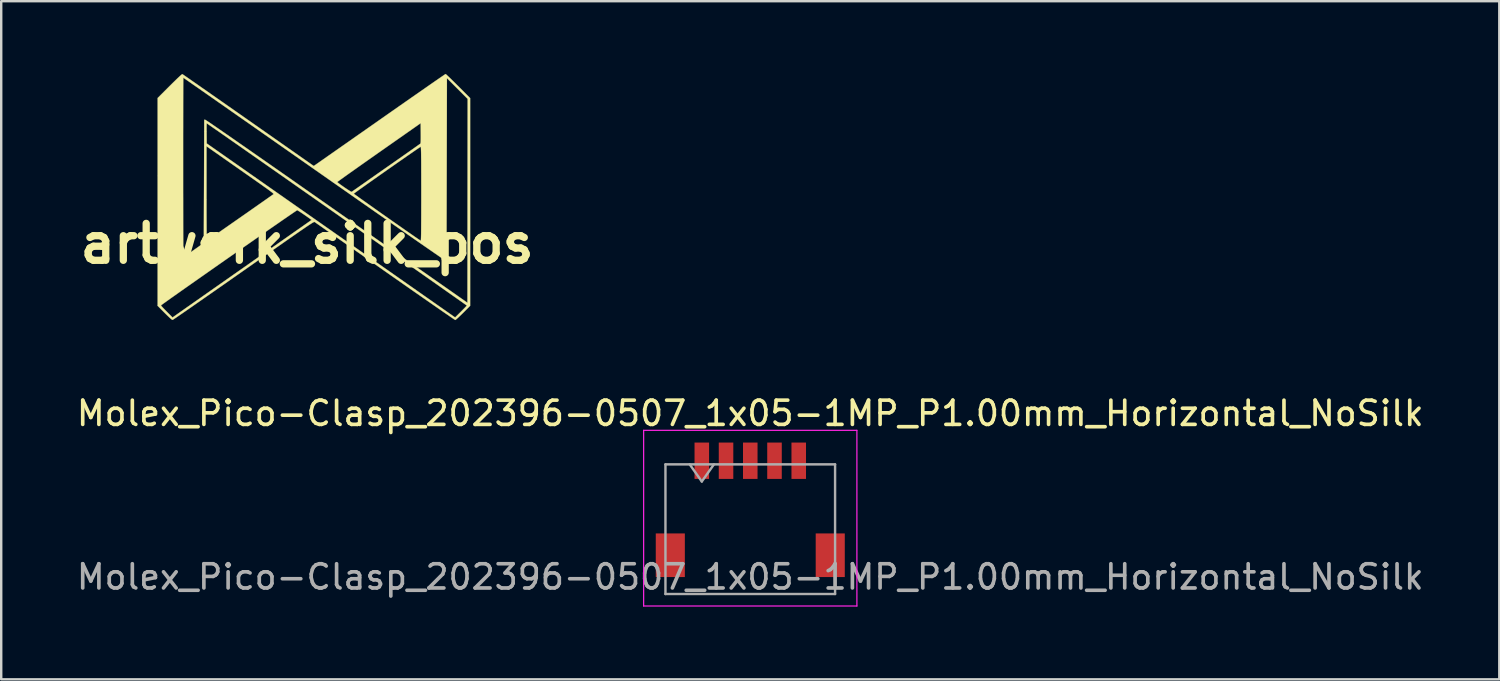
<source format=kicad_pcb>
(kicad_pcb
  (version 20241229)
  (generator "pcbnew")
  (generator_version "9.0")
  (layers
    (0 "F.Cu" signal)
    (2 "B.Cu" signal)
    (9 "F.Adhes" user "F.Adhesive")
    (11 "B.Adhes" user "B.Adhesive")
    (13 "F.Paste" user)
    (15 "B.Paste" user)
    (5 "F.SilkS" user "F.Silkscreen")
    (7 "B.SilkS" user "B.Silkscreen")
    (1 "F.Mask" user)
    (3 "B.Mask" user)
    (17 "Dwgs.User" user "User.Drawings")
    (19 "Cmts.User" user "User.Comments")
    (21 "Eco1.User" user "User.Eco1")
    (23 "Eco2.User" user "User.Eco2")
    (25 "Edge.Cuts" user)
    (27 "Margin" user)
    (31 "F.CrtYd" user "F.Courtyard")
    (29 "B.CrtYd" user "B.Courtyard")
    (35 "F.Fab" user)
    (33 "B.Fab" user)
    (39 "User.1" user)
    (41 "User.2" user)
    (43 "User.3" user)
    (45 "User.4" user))
  (footprint "artwork_silk_pos"
    (layer "F.Cu")
    (at 9.623 7.003)
    (property "Reference" "artwork_silk_pos" (at 0 0 0) (layer "F.SilkS") (effects (font (size 1.524 1.524) (thickness 0.3))))
    (attr through_hole)
    (fp_poly (pts (xy 5.732 -6.987) (xy 5.769 -6.953) (xy 5.825 -6.901) (xy 5.897 -6.832) (xy 5.982 -6.749) (xy 6.078 -6.655) (xy 6.182 -6.551) (xy 6.232 -6.502) (xy 6.727 -6.006) (xy 6.727 2.567) (xy 6.435 2.86) (xy 6.352 2.941) (xy 6.277 3.013) (xy 6.211 3.074) (xy 6.16 3.119) (xy 6.126 3.146) (xy 6.115 3.152) (xy 6.098 3.142) (xy 6.055 3.114) (xy 5.988 3.068) (xy 5.896 3.006) (xy 5.782 2.927) (xy 5.646 2.834) (xy 5.491 2.727) (xy 5.317 2.606) (xy 5.126 2.473) (xy 4.918 2.329) (xy 4.697 2.175) (xy 4.461 2.011) (xy 4.214 1.839) (xy 3.956 1.658) (xy 3.689 1.472) (xy 3.413 1.279) (xy 3.217 1.142) (xy 2.937 0.945) (xy 2.663 0.753) (xy 2.398 0.568) (xy 2.143 0.389) (xy 1.898 0.218) (xy 1.667 0.056) (xy 1.448 -0.097) (xy 1.245 -0.239) (xy 1.059 -0.37) (xy 0.89 -0.488) (xy 0.739 -0.593) (xy 0.61 -0.684) (xy 0.501 -0.76) (xy 0.416 -0.819) (xy 0.355 -0.862) (xy 0.319 -0.887) (xy 0.311 -0.893) (xy 0.305 -0.895) (xy 0.298 -0.895) (xy 0.287 -0.892) (xy 0.271 -0.886) (xy 0.25 -0.875) (xy 0.222 -0.859) (xy 0.186 -0.837) (xy 0.141 -0.808) (xy 0.085 -0.772) (xy 0.019 -0.728) (xy -0.06 -0.675) (xy -0.152 -0.611) (xy -0.26 -0.538) (xy -0.382 -0.453) (xy -0.522 -0.356) (xy -0.68 -0.246) (xy -0.857 -0.123) (xy -1.054 0.015) (xy -1.272 0.167) (xy -1.513 0.336) (xy -1.778 0.521) (xy -2.067 0.724) (xy -2.382 0.945) (xy -2.62 1.112) (xy -2.902 1.309) (xy -3.176 1.501) (xy -3.442 1.688) (xy -3.699 1.867) (xy -3.944 2.038) (xy -4.177 2.2) (xy -4.396 2.353) (xy -4.6 2.495) (xy -4.788 2.626) (xy -4.958 2.744) (xy -5.11 2.849) (xy -5.241 2.939) (xy -5.351 3.015) (xy -5.438 3.074) (xy -5.5 3.116) (xy -5.538 3.141) (xy -5.548 3.147) (xy -5.566 3.143) (xy -5.595 3.125) (xy -5.636 3.091) (xy -5.694 3.038) (xy -5.77 2.965) (xy -5.866 2.87) (xy -5.876 2.86) (xy -6.168 2.567) (xy -6.168 2.55) (xy -6.031 2.55) (xy -6.02 2.567) (xy -5.989 2.603) (xy -5.94 2.656) (xy -5.878 2.72) (xy -5.806 2.793) (xy -5.792 2.807) (xy -5.552 3.048) (xy -5.474 2.992) (xy -5.453 2.977) (xy -5.405 2.943) (xy -5.332 2.892) (xy -5.236 2.824) (xy -5.117 2.741) (xy -4.977 2.642) (xy -4.818 2.531) (xy -4.64 2.406) (xy -4.445 2.27) (xy -4.235 2.122) (xy -4.011 1.965) (xy -3.774 1.799) (xy -3.526 1.625) (xy -3.267 1.444) (xy -3 1.256) (xy -2.725 1.064) (xy -2.609 0.983) (xy -2.333 0.789) (xy -2.065 0.601) (xy -1.805 0.419) (xy -1.555 0.244) (xy -1.317 0.077) (xy -1.091 -0.082) (xy -0.879 -0.23) (xy -0.683 -0.368) (xy -0.503 -0.494) (xy -0.341 -0.607) (xy -0.198 -0.707) (xy -0.076 -0.793) (xy 0.024 -0.863) (xy 0.101 -0.917) (xy 0.153 -0.954) (xy 0.18 -0.972) (xy 0.183 -0.975) (xy 0.172 -0.986) (xy 0.139 -1.012) (xy 0.086 -1.05) (xy 0.02 -1.097) (xy -0.054 -1.149) (xy -0.132 -1.203) (xy -0.209 -1.255) (xy -0.28 -1.302) (xy -0.34 -1.34) (xy -0.384 -1.367) (xy -0.407 -1.379) (xy -0.408 -1.38) (xy -0.425 -1.37) (xy -0.467 -1.342) (xy -0.534 -1.297) (xy -0.624 -1.236) (xy -0.735 -1.16) (xy -0.865 -1.07) (xy -1.014 -0.968) (xy -1.179 -0.853) (xy -1.36 -0.728) (xy -1.553 -0.594) (xy -1.758 -0.452) (xy -1.974 -0.302) (xy -2.197 -0.146) (xy -2.428 0.015) (xy -2.664 0.179) (xy -2.904 0.346) (xy -3.145 0.515) (xy -3.387 0.684) (xy -3.629 0.853) (xy -3.867 1.02) (xy -4.101 1.184) (xy -4.329 1.344) (xy -4.55 1.499) (xy -4.761 1.647) (xy -4.962 1.788) (xy -5.151 1.921) (xy -5.325 2.044) (xy -5.485 2.157) (xy -5.627 2.257) (xy -5.75 2.345) (xy -5.853 2.419) (xy -5.934 2.477) (xy -5.992 2.519) (xy -6.024 2.544) (xy -6.031 2.55) (xy -6.168 2.55) (xy -6.168 -3.143) (xy -5.117 -3.143) (xy -5.117 -2.792) (xy -5.117 -2.449) (xy -5.117 -2.117) (xy -5.116 -1.797) (xy -5.116 -1.491) (xy -5.115 -1.2) (xy -5.115 -0.926) (xy -5.114 -0.67) (xy -5.113 -0.434) (xy -5.112 -0.219) (xy -5.111 -0.027) (xy -5.11 0.141) (xy -5.109 0.282) (xy -5.108 0.396) (xy -5.107 0.481) (xy -5.106 0.536) (xy -5.105 0.558) (xy -5.105 0.559) (xy -5.088 0.549) (xy -5.047 0.523) (xy -4.986 0.481) (xy -4.908 0.427) (xy -4.816 0.364) (xy -4.713 0.292) (xy -4.677 0.266) (xy -4.262 -0.025) (xy -4.255 -2.068) (xy -4.151 -2.068) (xy -4.151 -1.814) (xy -4.151 -1.57) (xy -4.151 -1.337) (xy -4.15 -1.119) (xy -4.149 -0.916) (xy -4.148 -0.731) (xy -4.147 -0.567) (xy -4.146 -0.425) (xy -4.145 -0.307) (xy -4.144 -0.216) (xy -4.143 -0.154) (xy -4.141 -0.122) (xy -4.141 -0.119) (xy -4.125 -0.128) (xy -4.085 -0.156) (xy -4.02 -0.2) (xy -3.933 -0.26) (xy -3.826 -0.334) (xy -3.7 -0.421) (xy -3.559 -0.519) (xy -3.403 -0.628) (xy -3.234 -0.746) (xy -3.055 -0.871) (xy -2.867 -1.002) (xy -2.781 -1.062) (xy -2.589 -1.196) (xy -2.404 -1.325) (xy -2.229 -1.448) (xy -2.065 -1.563) (xy -1.915 -1.668) (xy -1.779 -1.763) (xy -1.661 -1.846) (xy -1.562 -1.916) (xy -1.484 -1.97) (xy -1.429 -2.009) (xy -1.399 -2.03) (xy -1.395 -2.034) (xy -1.389 -2.039) (xy -1.386 -2.045) (xy -1.388 -2.054) (xy -1.397 -2.066) (xy -1.413 -2.082) (xy -1.439 -2.105) (xy -1.477 -2.135) (xy -1.527 -2.173) (xy -1.592 -2.221) (xy -1.673 -2.28) (xy -1.773 -2.35) (xy -1.891 -2.435) (xy -2.031 -2.533) (xy -2.194 -2.648) (xy -2.381 -2.779) (xy -2.589 -2.924) (xy -2.775 -3.055) (xy -2.957 -3.183) (xy -3.132 -3.305) (xy -3.297 -3.421) (xy -3.451 -3.528) (xy -3.59 -3.626) (xy -3.712 -3.712) (xy -3.816 -3.784) (xy -3.899 -3.842) (xy -3.957 -3.883) (xy -3.985 -3.903) (xy -4.151 -4.018) (xy -4.151 -2.068) (xy -4.255 -2.068) (xy -4.253 -2.567) (xy -4.246 -4.743) (xy -4.148 -4.743) (xy -4.148 -4.637) (xy -4.147 -4.55) (xy -4.143 -4.134) (xy 0.983 -0.544) (xy 6.109 3.047) (xy 6.35 2.807) (xy 6.423 2.734) (xy 6.488 2.668) (xy 6.54 2.614) (xy 6.575 2.576) (xy 6.591 2.557) (xy 6.591 2.556) (xy 6.578 2.545) (xy 6.537 2.516) (xy 6.472 2.47) (xy 6.382 2.406) (xy 6.268 2.326) (xy 6.133 2.23) (xy 5.977 2.121) (xy 5.801 1.997) (xy 5.607 1.86) (xy 5.395 1.711) (xy 5.167 1.551) (xy 4.924 1.38) (xy 4.667 1.2) (xy 4.397 1.011) (xy 4.116 0.813) (xy 3.824 0.609) (xy 3.523 0.397) (xy 3.214 0.18) (xy 2.897 -0.042) (xy 2.575 -0.267) (xy 2.248 -0.497) (xy 1.918 -0.728) (xy 1.585 -0.961) (xy 1.251 -1.196) (xy 0.917 -1.43) (xy 0.584 -1.663) (xy 0.253 -1.895) (xy -0.075 -2.124) (xy -0.398 -2.35) (xy -0.715 -2.573) (xy -1.025 -2.79) (xy -1.328 -3.002) (xy -1.621 -3.207) (xy -1.904 -3.405) (xy -2.176 -3.595) (xy -2.435 -3.776) (xy -2.68 -3.948) (xy -2.911 -4.109) (xy -3.125 -4.258) (xy -3.322 -4.396) (xy -3.501 -4.521) (xy -3.66 -4.632) (xy -3.799 -4.728) (xy -3.916 -4.809) (xy -4.009 -4.874) (xy -4.079 -4.922) (xy -4.123 -4.953) (xy -4.141 -4.965) (xy -4.142 -4.965) (xy -4.144 -4.949) (xy -4.146 -4.903) (xy -4.148 -4.833) (xy -4.148 -4.743) (xy -4.246 -4.743) (xy -4.245 -5.109) (xy -4.202 -5.108) (xy -4.184 -5.098) (xy -4.138 -5.069) (xy -4.065 -5.02) (xy -3.964 -4.952) (xy -3.836 -4.864) (xy -3.68 -4.757) (xy -3.497 -4.63) (xy -3.286 -4.485) (xy -3.048 -4.32) (xy -2.783 -4.135) (xy -2.49 -3.932) (xy -2.171 -3.709) (xy -1.824 -3.468) (xy -1.45 -3.207) (xy -1.049 -2.927) (xy -0.621 -2.628) (xy -0.167 -2.309) (xy 0.315 -1.972) (xy 0.824 -1.616) (xy 1.228 -1.333) (xy 6.617 2.441) (xy 6.625 -5.973) (xy 5.77 -6.829) (xy 5.753 0.703) (xy 5.718 0.703) (xy 5.702 0.694) (xy 5.659 0.665) (xy 5.59 0.619) (xy 5.496 0.555) (xy 5.379 0.474) (xy 5.238 0.377) (xy 5.075 0.264) (xy 4.891 0.137) (xy 4.687 -0.004) (xy 4.464 -0.159) (xy 4.223 -0.327) (xy 3.964 -0.507) (xy 3.689 -0.699) (xy 3.399 -0.901) (xy 3.094 -1.114) (xy 2.775 -1.336) (xy 2.445 -1.567) (xy 2.102 -1.806) (xy 1.749 -2.053) (xy 1.738 -2.061) (xy 1.927 -2.061) (xy 1.941 -2.049) (xy 1.98 -2.019) (xy 2.043 -1.974) (xy 2.126 -1.913) (xy 2.229 -1.84) (xy 2.347 -1.756) (xy 2.48 -1.662) (xy 2.625 -1.559) (xy 2.779 -1.45) (xy 2.94 -1.336) (xy 3.106 -1.219) (xy 3.276 -1.1) (xy 3.445 -0.981) (xy 3.613 -0.863) (xy 3.777 -0.749) (xy 3.934 -0.639) (xy 4.082 -0.535) (xy 4.22 -0.44) (xy 4.344 -0.354) (xy 4.453 -0.278) (xy 4.544 -0.216) (xy 4.615 -0.168) (xy 4.664 -0.136) (xy 4.687 -0.121) (xy 4.689 -0.12) (xy 4.693 -0.126) (xy 4.696 -0.145) (xy 4.698 -0.18) (xy 4.701 -0.23) (xy 4.703 -0.299) (xy 4.705 -0.387) (xy 4.706 -0.497) (xy 4.707 -0.629) (xy 4.708 -0.786) (xy 4.709 -0.968) (xy 4.71 -1.177) (xy 4.71 -1.416) (xy 4.711 -1.685) (xy 4.711 -1.986) (xy 4.711 -2.059) (xy 4.711 -2.367) (xy 4.71 -2.643) (xy 4.71 -2.889) (xy 4.709 -3.105) (xy 4.709 -3.293) (xy 4.708 -3.455) (xy 4.706 -3.593) (xy 4.705 -3.707) (xy 4.703 -3.8) (xy 4.701 -3.874) (xy 4.699 -3.928) (xy 4.696 -3.966) (xy 4.693 -3.989) (xy 4.69 -3.998) (xy 4.689 -3.998) (xy 4.672 -3.988) (xy 4.63 -3.961) (xy 4.565 -3.917) (xy 4.479 -3.859) (xy 4.375 -3.787) (xy 4.255 -3.704) (xy 4.12 -3.611) (xy 3.975 -3.509) (xy 3.819 -3.401) (xy 3.657 -3.288) (xy 3.49 -3.171) (xy 3.321 -3.053) (xy 3.152 -2.934) (xy 2.984 -2.816) (xy 2.821 -2.701) (xy 2.665 -2.591) (xy 2.518 -2.487) (xy 2.382 -2.39) (xy 2.259 -2.303) (xy 2.152 -2.227) (xy 2.064 -2.163) (xy 1.995 -2.113) (xy 1.949 -2.079) (xy 1.929 -2.062) (xy 1.927 -2.061) (xy 1.738 -2.061) (xy 1.386 -2.307) (xy 1.05 -2.542) (xy 1.245 -2.542) (xy 1.259 -2.526) (xy 1.295 -2.496) (xy 1.35 -2.454) (xy 1.418 -2.405) (xy 1.493 -2.352) (xy 1.572 -2.297) (xy 1.649 -2.246) (xy 1.72 -2.2) (xy 1.778 -2.164) (xy 1.819 -2.141) (xy 1.838 -2.134) (xy 1.838 -2.135) (xy 1.854 -2.146) (xy 1.896 -2.176) (xy 1.962 -2.222) (xy 2.05 -2.283) (xy 2.158 -2.359) (xy 2.285 -2.448) (xy 2.428 -2.548) (xy 2.586 -2.659) (xy 2.756 -2.778) (xy 2.937 -2.905) (xy 3.127 -3.038) (xy 3.253 -3.126) (xy 3.448 -3.262) (xy 3.636 -3.394) (xy 3.814 -3.518) (xy 3.98 -3.635) (xy 4.133 -3.742) (xy 4.271 -3.839) (xy 4.392 -3.924) (xy 4.493 -3.996) (xy 4.574 -4.053) (xy 4.632 -4.095) (xy 4.665 -4.119) (xy 4.673 -4.124) (xy 4.68 -4.139) (xy 4.685 -4.171) (xy 4.689 -4.223) (xy 4.69 -4.298) (xy 4.691 -4.4) (xy 4.69 -4.533) (xy 4.69 -4.556) (xy 4.685 -4.968) (xy 2.965 -3.763) (xy 2.749 -3.611) (xy 2.541 -3.465) (xy 2.342 -3.325) (xy 2.155 -3.193) (xy 1.98 -3.069) (xy 1.82 -2.956) (xy 1.676 -2.854) (xy 1.55 -2.764) (xy 1.443 -2.687) (xy 1.358 -2.626) (xy 1.295 -2.58) (xy 1.257 -2.552) (xy 1.245 -2.542) (xy 1.05 -2.542) (xy 1.015 -2.566) (xy 0.635 -2.832) (xy 0.293 -3.071) (xy -0.092 -3.341) (xy -0.47 -3.606) (xy -0.84 -3.865) (xy -1.202 -4.118) (xy -1.553 -4.364) (xy -1.894 -4.602) (xy -2.222 -4.832) (xy -2.538 -5.053) (xy -2.841 -5.264) (xy -3.128 -5.465) (xy -3.4 -5.656) (xy -3.656 -5.834) (xy -3.894 -6.001) (xy -4.114 -6.154) (xy -4.314 -6.294) (xy -4.494 -6.42) (xy -4.653 -6.53) (xy -4.79 -6.626) (xy -4.903 -6.705) (xy -4.993 -6.767) (xy -5.057 -6.812) (xy -5.096 -6.838) (xy -5.107 -6.846) (xy -5.108 -6.829) (xy -5.109 -6.78) (xy -5.11 -6.7) (xy -5.111 -6.591) (xy -5.112 -6.454) (xy -5.112 -6.291) (xy -5.113 -6.103) (xy -5.114 -5.892) (xy -5.115 -5.66) (xy -5.115 -5.407) (xy -5.116 -5.136) (xy -5.116 -4.848) (xy -5.117 -4.544) (xy -5.117 -4.226) (xy -5.117 -3.896) (xy -5.117 -3.555) (xy -5.117 -3.205) (xy -5.117 -3.143) (xy -6.168 -3.143) (xy -6.168 -6.007) (xy -5.67 -6.505) (xy -5.542 -6.632) (xy -5.43 -6.741) (xy -5.335 -6.833) (xy -5.258 -6.905) (xy -5.2 -6.957) (xy -5.163 -6.987) (xy -5.149 -6.994) (xy -5.133 -6.983) (xy -5.09 -6.954) (xy -5.023 -6.908) (xy -4.932 -6.845) (xy -4.818 -6.766) (xy -4.684 -6.672) (xy -4.529 -6.565) (xy -4.357 -6.444) (xy -4.167 -6.312) (xy -3.962 -6.169) (xy -3.743 -6.015) (xy -3.51 -5.853) (xy -3.266 -5.682) (xy -3.012 -5.505) (xy -2.749 -5.321) (xy -2.478 -5.131) (xy -2.425 -5.094) (xy 0.275 -3.203) (xy 0.353 -3.257) (xy 0.375 -3.273) (xy 0.423 -3.306) (xy 0.496 -3.357) (xy 0.593 -3.425) (xy 0.712 -3.508) (xy 0.851 -3.606) (xy 1.01 -3.717) (xy 1.187 -3.841) (xy 1.38 -3.976) (xy 1.589 -4.122) (xy 1.811 -4.277) (xy 2.045 -4.442) (xy 2.291 -4.613) (xy 2.546 -4.792) (xy 2.809 -4.976) (xy 3.064 -5.155) (xy 3.332 -5.343) (xy 3.593 -5.525) (xy 3.845 -5.702) (xy 4.088 -5.871) (xy 4.318 -6.032) (xy 4.537 -6.184) (xy 4.741 -6.326) (xy 4.929 -6.457) (xy 5.101 -6.577) (xy 5.254 -6.683) (xy 5.388 -6.775) (xy 5.501 -6.853) (xy 5.591 -6.915) (xy 5.658 -6.961) (xy 5.7 -6.989) (xy 5.716 -6.998) (xy 5.732 -6.987)) (stroke (width 0.01) (type solid)) (fill yes) (layer "F.SilkS")))
  (footprint "Molex_Pico-Clasp_202396-0507_1x05-1MP_P1.00mm_Horizontal_NoSilk"
    (layer "F.Cu")
    (at 27.911 17.988)
    (property "Reference" "Molex_Pico-Clasp_202396-0507_1x05-1MP_P1.00mm_Horizontal_NoSilk" (at 0 -3.98 0) (layer "F.SilkS") (effects (font (size 1 1) (thickness 0.15))))
    (attr smd)
    (fp_line (start -4.4 -3.28) (end -4.4 3.97) (stroke (width 0.05) (type solid)) (layer "F.CrtYd"))
    (fp_line (start -4.4 3.97) (end 4.4 3.97) (stroke (width 0.05) (type solid)) (layer "F.CrtYd"))
    (fp_line (start 4.4 -3.28) (end -4.4 -3.28) (stroke (width 0.05) (type solid)) (layer "F.CrtYd"))
    (fp_line (start 4.4 3.97) (end 4.4 -3.28) (stroke (width 0.05) (type solid)) (layer "F.CrtYd"))
    (fp_line (start -3.5 -1.875) (end -3.5 3.475) (stroke (width 0.1) (type solid)) (layer "F.Fab"))
    (fp_line (start -3.5 -1.875) (end 3.5 -1.875) (stroke (width 0.1) (type solid)) (layer "F.Fab"))
    (fp_line (start -3.5 3.475) (end 3.5 3.475) (stroke (width 0.1) (type solid)) (layer "F.Fab"))
    (fp_line (start -2.5 -1.875) (end -2 -1.168) (stroke (width 0.1) (type solid)) (layer "F.Fab"))
    (fp_line (start -2 -1.168) (end -1.5 -1.875) (stroke (width 0.1) (type solid)) (layer "F.Fab"))
    (fp_line (start 3.5 -1.875) (end 3.5 3.475) (stroke (width 0.1) (type solid)) (layer "F.Fab"))
    (fp_text user "${REFERENCE}" (at 0 2.77 0) (layer "F.Fab") (effects (font (size 1 1) (thickness 0.15))))
    (pad "1" smd rect (at -2 -2.025) (size 0.6 1.5) (layers "F.Cu" "F.Mask" "F.Paste"))
    (pad "2" smd rect (at -1 -2.025) (size 0.6 1.5) (layers "F.Cu" "F.Mask" "F.Paste"))
    (pad "3" smd rect (at 0 -2.025) (size 0.6 1.5) (layers "F.Cu" "F.Mask" "F.Paste"))
    (pad "4" smd rect (at 1 -2.025) (size 0.6 1.5) (layers "F.Cu" "F.Mask" "F.Paste"))
    (pad "5" smd rect (at 2 -2.025) (size 0.6 1.5) (layers "F.Cu" "F.Mask" "F.Paste"))
    (pad "MP" smd rect (at -3.3 1.875) (size 1.2 1.8) (layers "F.Cu" "F.Mask" "F.Paste"))
    (pad "MP" smd rect (at 3.3 1.875) (size 1.2 1.8) (layers "F.Cu" "F.Mask" "F.Paste")))
  (gr_rect
    (start -3 -3)
    (end 58.821 24.983)
    (stroke (width 0.1) (type default))
    (fill no)
    (layer "Edge.Cuts")))
</source>
